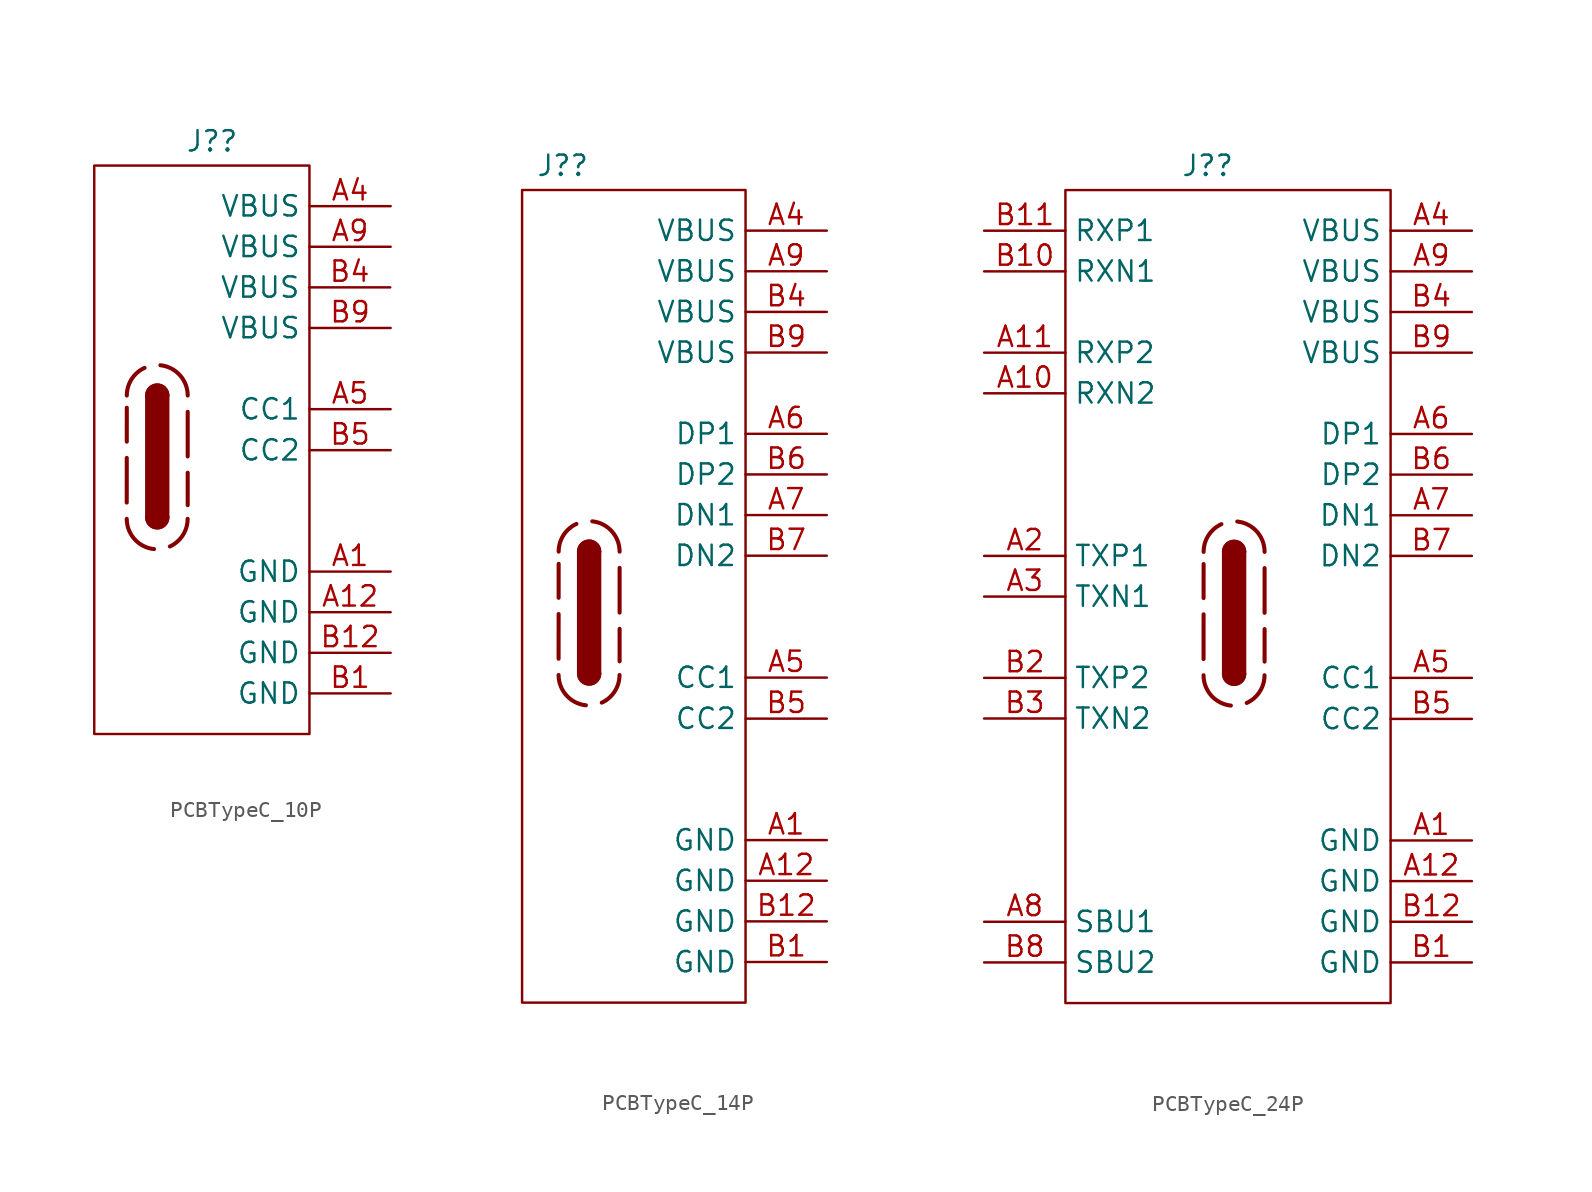
<source format=kicad_sym>
(kicad_symbol_lib
  (version 20241209)
  (generator "kicad_symbol_editor")
  (generator_version "9.0")
  (symbol "PCBTypeC_10P"
    (property "Reference" "J?"
      (at -11.176 4.064 0)
      (effects (font (size 1.27 1.27))))
    (property "Value" ""
      (at 0 0 0)
      (effects (font (size 1.27 1.27))))
    (symbol "PCBTypeC_10P_0_1"
      (rectangle (start -15.236 -19.466) (end -13.966 -11.847) (stroke (width 0.254) (type default)) (fill (type outline)))
      (arc (start -15.236 -11.8465) (mid -14.601 -11.2142) (end -13.966 -11.8465) (stroke (width 0.254) (type default)) (fill (type none)))
      (arc (start -15.236 -11.8465) (mid -14.601 -11.2142) (end -13.966 -11.8465) (stroke (width 0.254) (type default)) (fill (type outline)))
      (arc (start -13.966 -19.4665) (mid -14.601 -20.0988) (end -15.236 -19.4665) (stroke (width 0.254) (type default)) (fill (type none)))
      (arc (start -13.966 -19.4665) (mid -14.601 -20.0988) (end -15.236 -19.4665) (stroke (width 0.254) (type default)) (fill (type outline))))
    (symbol "PCBTypeC_10P_1_0"
      (rectangle (start -18.542 2.54) (end -5.08 -33.02) (stroke (width 0) (type default)) (fill (type none)))
      (pin passive line (at -0.025 -5.08 180) (length 5.08) (name "VBUS" (effects (font (size 1.27 1.27)))) (number "B4" (effects (font (size 1.27 1.27)))))
      (pin passive line (at 0 0 180) (length 5.08) (name "VBUS" (effects (font (size 1.27 1.27)))) (number "A4" (effects (font (size 1.27 1.27)))))
      (pin passive line (at 0 -2.54 180) (length 5.08) (name "VBUS" (effects (font (size 1.27 1.27)))) (number "A9" (effects (font (size 1.27 1.27)))))
      (pin passive line (at 0 -7.62 180) (length 5.08) (name "VBUS" (effects (font (size 1.27 1.27)))) (number "B9" (effects (font (size 1.27 1.27)))))
      (pin passive line (at 0 -12.7 180) (length 5.08) (name "CC1" (effects (font (size 1.27 1.27)))) (number "A5" (effects (font (size 1.27 1.27)))))
      (pin passive line (at 0 -15.265 180) (length 5.08) (name "CC2" (effects (font (size 1.27 1.27)))) (number "B5" (effects (font (size 1.27 1.27)))))
      (pin passive line (at 0 -22.86 180) (length 5.08) (name "GND" (effects (font (size 1.27 1.27)))) (number "A1" (effects (font (size 1.27 1.27)))))
      (pin passive line (at 0 -25.4 180) (length 5.08) (name "GND" (effects (font (size 1.27 1.27)))) (number "A12" (effects (font (size 1.27 1.27)))))
      (pin passive line (at 0 -27.94 180) (length 5.08) (name "GND" (effects (font (size 1.27 1.27)))) (number "B12" (effects (font (size 1.27 1.27)))))
      (pin passive line (at 0 -30.48 180) (length 5.08) (name "GND" (effects (font (size 1.27 1.27)))) (number "B1" (effects (font (size 1.27 1.27))))))
    (symbol "PCBTypeC_10P_1_1"
      (polyline (pts (xy -16.51 -18.542) (xy -16.506 -12.608)) (stroke (width 0.254) (type dash)) (fill (type none)))
      (arc (start -12.7 -19.558) (mid -14.605 -21.4547) (end -16.51 -19.558) (stroke (width 0.254) (type dash)) (fill (type none)))
      (arc (start -16.506 -11.8465) (mid -14.601 -9.9498) (end -12.696 -11.8465) (stroke (width 0.254) (type dash)) (fill (type none)))
      (polyline (pts (xy -12.696 -12.863) (xy -12.696 -18.704)) (stroke (width 0.254) (type dash)) (fill (type none)))))
  (symbol "PCBTypeC_14P"
    (property "Reference" "J?"
      (at -16.51 4.064 0)
      (effects (font (size 1.27 1.27))))
    (property "Value" ""
      (at 0 0 0)
      (effects (font (size 1.27 1.27))))
    (symbol "PCBTypeC_14P_0_1"
      (rectangle (start -15.494 -27.686) (end -14.224 -20.066) (stroke (width 0.254) (type default)) (fill (type outline)))
      (arc (start -15.494 -20.066) (mid -14.859 -19.4337) (end -14.224 -20.066) (stroke (width 0.254) (type default)) (fill (type none)))
      (arc (start -15.494 -20.066) (mid -14.859 -19.4337) (end -14.224 -20.066) (stroke (width 0.254) (type default)) (fill (type outline)))
      (arc (start -14.224 -27.686) (mid -14.859 -28.3183) (end -15.494 -27.686) (stroke (width 0.254) (type default)) (fill (type none)))
      (arc (start -14.224 -27.686) (mid -14.859 -28.3183) (end -15.494 -27.686) (stroke (width 0.254) (type default)) (fill (type outline))))
    (symbol "PCBTypeC_14P_1_0"
      (rectangle (start -19.05 2.54) (end -5.08 -48.26) (stroke (width 0) (type default)) (fill (type none)))
      (pin passive line (at 0 0 180) (length 5.08) (name "VBUS" (effects (font (size 1.27 1.27)))) (number "A4" (effects (font (size 1.27 1.27)))))
      (pin passive line (at 0 -2.54 180) (length 5.08) (name "VBUS" (effects (font (size 1.27 1.27)))) (number "A9" (effects (font (size 1.27 1.27)))))
      (pin passive line (at 0 -5.08 180) (length 5.08) (name "VBUS" (effects (font (size 1.27 1.27)))) (number "B4" (effects (font (size 1.27 1.27)))))
      (pin passive line (at 0 -7.62 180) (length 5.08) (name "VBUS" (effects (font (size 1.27 1.27)))) (number "B9" (effects (font (size 1.27 1.27)))))
      (pin passive line (at 0 -12.7 180) (length 5.08) (name "DP1" (effects (font (size 1.27 1.27)))) (number "A6" (effects (font (size 1.27 1.27)))))
      (pin passive line (at 0 -15.24 180) (length 5.08) (name "DP2" (effects (font (size 1.27 1.27)))) (number "B6" (effects (font (size 1.27 1.27)))))
      (pin passive line (at 0 -17.78 180) (length 5.08) (name "DN1" (effects (font (size 1.27 1.27)))) (number "A7" (effects (font (size 1.27 1.27)))))
      (pin passive line (at 0 -20.32 180) (length 5.08) (name "DN2" (effects (font (size 1.27 1.27)))) (number "B7" (effects (font (size 1.27 1.27)))))
      (pin passive line (at 0 -27.94 180) (length 5.08) (name "CC1" (effects (font (size 1.27 1.27)))) (number "A5" (effects (font (size 1.27 1.27)))))
      (pin passive line (at 0 -30.505 180) (length 5.08) (name "CC2" (effects (font (size 1.27 1.27)))) (number "B5" (effects (font (size 1.27 1.27)))))
      (pin passive line (at 0 -38.1 180) (length 5.08) (name "GND" (effects (font (size 1.27 1.27)))) (number "A1" (effects (font (size 1.27 1.27)))))
      (pin passive line (at 0 -40.64 180) (length 5.08) (name "GND" (effects (font (size 1.27 1.27)))) (number "A12" (effects (font (size 1.27 1.27)))))
      (pin passive line (at 0 -43.18 180) (length 5.08) (name "GND" (effects (font (size 1.27 1.27)))) (number "B12" (effects (font (size 1.27 1.27)))))
      (pin passive line (at 0 -45.72 180) (length 5.08) (name "GND" (effects (font (size 1.27 1.27)))) (number "B1" (effects (font (size 1.27 1.27))))))
    (symbol "PCBTypeC_14P_1_1"
      (polyline (pts (xy -16.768 -26.762) (xy -16.764 -20.828)) (stroke (width 0.254) (type dash)) (fill (type none)))
      (arc (start -12.958 -27.7775) (mid -14.863 -29.6742) (end -16.768 -27.7775) (stroke (width 0.254) (type dash)) (fill (type none)))
      (arc (start -16.764 -20.066) (mid -14.859 -18.1693) (end -12.954 -20.066) (stroke (width 0.254) (type dash)) (fill (type none)))
      (polyline (pts (xy -12.954 -21.082) (xy -12.954 -26.924)) (stroke (width 0.254) (type dash)) (fill (type none)))))
  (symbol "PCBTypeC_24P"
    (property "Reference" "J?"
      (at -16.51 4.064 0)
      (effects (font (size 1.27 1.27))))
    (property "Value" ""
      (at 0 0 0)
      (effects (font (size 1.27 1.27))))
    (symbol "PCBTypeC_24P_0_1"
      (rectangle (start -15.494 -27.686) (end -14.224 -20.066) (stroke (width 0.254) (type default)) (fill (type outline)))
      (arc (start -15.494 -20.066) (mid -14.859 -19.4337) (end -14.224 -20.066) (stroke (width 0.254) (type default)) (fill (type none)))
      (arc (start -15.494 -20.066) (mid -14.859 -19.4337) (end -14.224 -20.066) (stroke (width 0.254) (type default)) (fill (type outline)))
      (arc (start -14.224 -27.686) (mid -14.859 -28.3183) (end -15.494 -27.686) (stroke (width 0.254) (type default)) (fill (type none)))
      (arc (start -14.224 -27.686) (mid -14.859 -28.3183) (end -15.494 -27.686) (stroke (width 0.254) (type default)) (fill (type outline))))
    (symbol "PCBTypeC_24P_1_0"
      (rectangle (start -25.4 2.54) (end -5.08 -48.26) (stroke (width 0) (type default)) (fill (type none)))
      (pin passive line (at -30.48 0 0) (length 5.08) (name "RXP1" (effects (font (size 1.27 1.27)))) (number "B11" (effects (font (size 1.27 1.27)))))
      (pin passive line (at -30.48 -2.54 0) (length 5.08) (name "RXN1" (effects (font (size 1.27 1.27)))) (number "B10" (effects (font (size 1.27 1.27)))))
      (pin passive line (at -30.48 -7.62 0) (length 5.08) (name "RXP2" (effects (font (size 1.27 1.27)))) (number "A11" (effects (font (size 1.27 1.27)))))
      (pin passive line (at -30.48 -10.16 0) (length 5.08) (name "RXN2" (effects (font (size 1.27 1.27)))) (number "A10" (effects (font (size 1.27 1.27)))))
      (pin passive line (at -30.48 -20.32 0) (length 5.08) (name "TXP1" (effects (font (size 1.27 1.27)))) (number "A2" (effects (font (size 1.27 1.27)))))
      (pin passive line (at -30.48 -22.86 0) (length 5.08) (name "TXN1" (effects (font (size 1.27 1.27)))) (number "A3" (effects (font (size 1.27 1.27)))))
      (pin passive line (at -30.48 -27.94 0) (length 5.08) (name "TXP2" (effects (font (size 1.27 1.27)))) (number "B2" (effects (font (size 1.27 1.27)))))
      (pin passive line (at -30.48 -30.48 0) (length 5.08) (name "TXN2" (effects (font (size 1.27 1.27)))) (number "B3" (effects (font (size 1.27 1.27)))))
      (pin passive line (at -30.48 -43.18 0) (length 5.08) (name "SBU1" (effects (font (size 1.27 1.27)))) (number "A8" (effects (font (size 1.27 1.27)))))
      (pin passive line (at -30.48 -45.72 0) (length 5.08) (name "SBU2" (effects (font (size 1.27 1.27)))) (number "B8" (effects (font (size 1.27 1.27)))))
      (pin passive line (at 0 0 180) (length 5.08) (name "VBUS" (effects (font (size 1.27 1.27)))) (number "A4" (effects (font (size 1.27 1.27)))))
      (pin passive line (at 0 -2.54 180) (length 5.08) (name "VBUS" (effects (font (size 1.27 1.27)))) (number "A9" (effects (font (size 1.27 1.27)))))
      (pin passive line (at 0 -5.08 180) (length 5.08) (name "VBUS" (effects (font (size 1.27 1.27)))) (number "B4" (effects (font (size 1.27 1.27)))))
      (pin passive line (at 0 -7.62 180) (length 5.08) (name "VBUS" (effects (font (size 1.27 1.27)))) (number "B9" (effects (font (size 1.27 1.27)))))
      (pin passive line (at 0 -12.7 180) (length 5.08) (name "DP1" (effects (font (size 1.27 1.27)))) (number "A6" (effects (font (size 1.27 1.27)))))
      (pin passive line (at 0 -15.24 180) (length 5.08) (name "DP2" (effects (font (size 1.27 1.27)))) (number "B6" (effects (font (size 1.27 1.27)))))
      (pin passive line (at 0 -17.78 180) (length 5.08) (name "DN1" (effects (font (size 1.27 1.27)))) (number "A7" (effects (font (size 1.27 1.27)))))
      (pin passive line (at 0 -20.32 180) (length 5.08) (name "DN2" (effects (font (size 1.27 1.27)))) (number "B7" (effects (font (size 1.27 1.27)))))
      (pin passive line (at 0 -27.94 180) (length 5.08) (name "CC1" (effects (font (size 1.27 1.27)))) (number "A5" (effects (font (size 1.27 1.27)))))
      (pin passive line (at 0 -30.505 180) (length 5.08) (name "CC2" (effects (font (size 1.27 1.27)))) (number "B5" (effects (font (size 1.27 1.27)))))
      (pin passive line (at 0 -38.1 180) (length 5.08) (name "GND" (effects (font (size 1.27 1.27)))) (number "A1" (effects (font (size 1.27 1.27)))))
      (pin passive line (at 0 -40.64 180) (length 5.08) (name "GND" (effects (font (size 1.27 1.27)))) (number "A12" (effects (font (size 1.27 1.27)))))
      (pin passive line (at 0 -43.18 180) (length 5.08) (name "GND" (effects (font (size 1.27 1.27)))) (number "B12" (effects (font (size 1.27 1.27)))))
      (pin passive line (at 0 -45.72 180) (length 5.08) (name "GND" (effects (font (size 1.27 1.27)))) (number "B1" (effects (font (size 1.27 1.27))))))
    (symbol "PCBTypeC_24P_1_1"
      (polyline (pts (xy -16.768 -26.762) (xy -16.764 -20.828)) (stroke (width 0.254) (type dash)) (fill (type none)))
      (arc (start -12.958 -27.7775) (mid -14.863 -29.6742) (end -16.768 -27.7775) (stroke (width 0.254) (type dash)) (fill (type none)))
      (arc (start -16.764 -20.066) (mid -14.859 -18.1693) (end -12.954 -20.066) (stroke (width 0.254) (type dash)) (fill (type none)))
      (polyline (pts (xy -12.954 -21.082) (xy -12.954 -26.924)) (stroke (width 0.254) (type dash)) (fill (type none))))))
</source>
